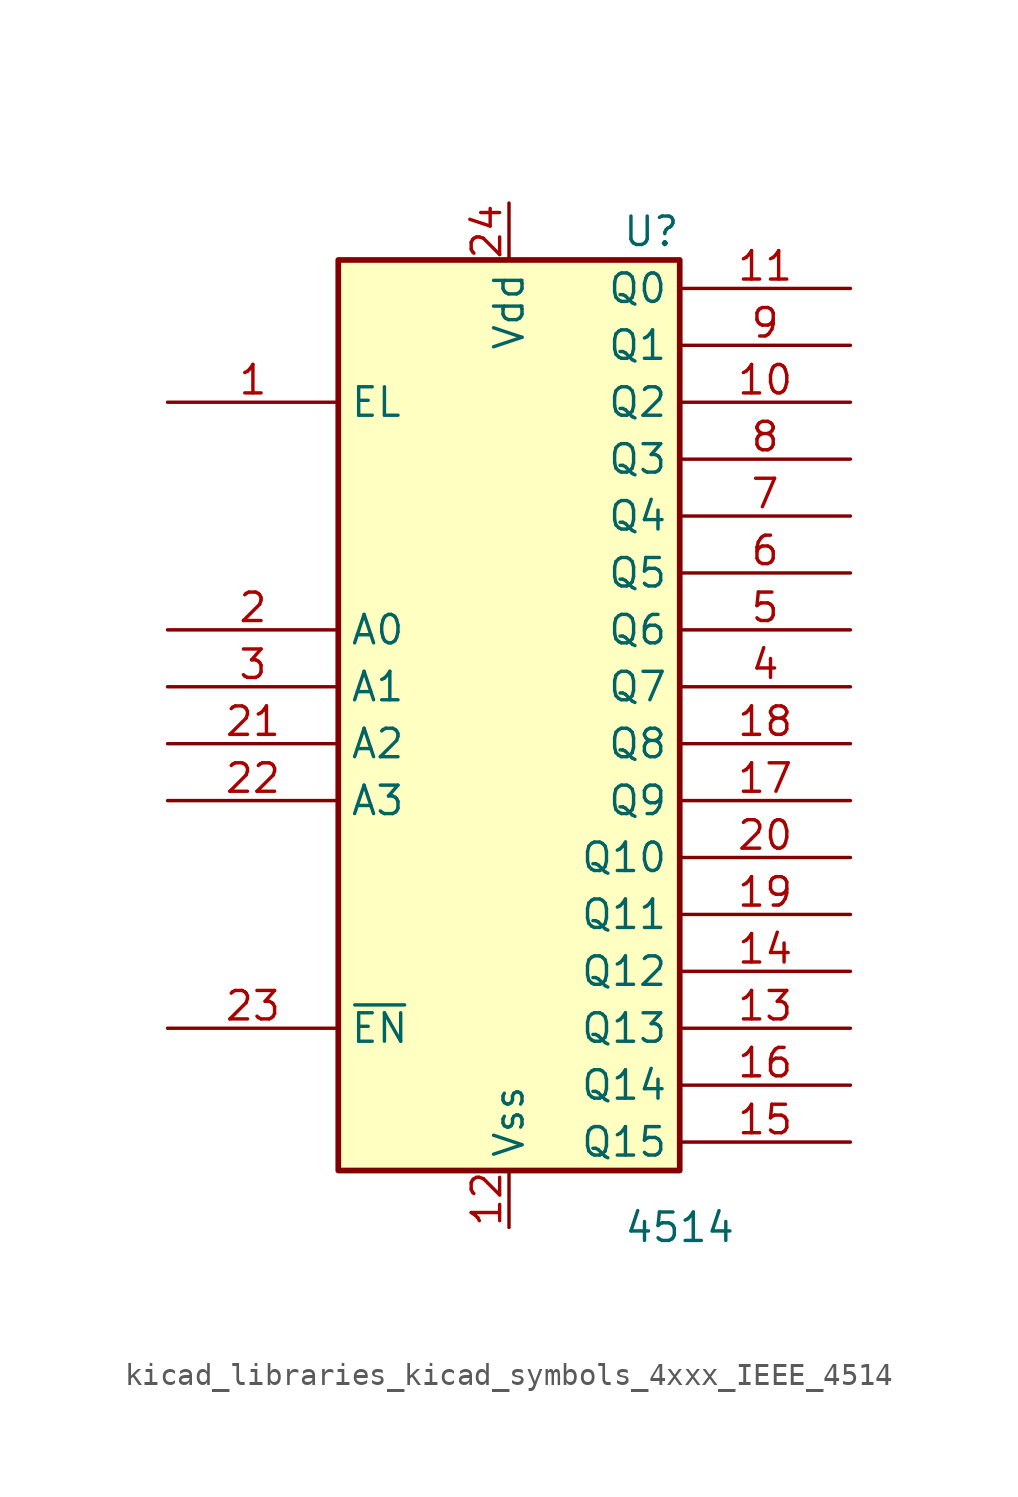
<source format=kicad_sym>
(kicad_symbol_lib
  (version 20220914)
  (generator kicad_symbol_editor)
  (symbol "kicad_libraries_kicad_symbols_4xxx_IEEE_4514"
    (property "Reference" "U"
      (at 6.35 21.59 0)
      (effects (font (size 1.27 1.27))))
    (property "Value" "4514"
      (at 7.62 -22.86 0)
      (effects (font (size 1.27 1.27))))
    (symbol "kicad_libraries_kicad_symbols_4xxx_IEEE_4514_0_1"
      (rectangle (start 7.62 20.32) (end -7.62 -20.32) (stroke (width 0.254) (type default)) (fill (type background))))
    (symbol "kicad_libraries_kicad_symbols_4xxx_IEEE_4514_1_1"
      (pin input line (at -15.24 13.97 0) (length 7.62) (name "EL" (effects (font (size 1.27 1.27)))) (number "1" (effects (font (size 1.27 1.27)))))
      (pin output line (at 15.24 13.97 180) (length 7.62) (name "Q2" (effects (font (size 1.27 1.27)))) (number "10" (effects (font (size 1.27 1.27)))))
      (pin output line (at 15.24 19.05 180) (length 7.62) (name "Q0" (effects (font (size 1.27 1.27)))) (number "11" (effects (font (size 1.27 1.27)))))
      (pin power_in line (at 0 -22.86 90) (length 2.54) (name "Vss" (effects (font (size 1.27 1.27)))) (number "12" (effects (font (size 1.27 1.27)))))
      (pin output line (at 15.24 -13.97 180) (length 7.62) (name "Q13" (effects (font (size 1.27 1.27)))) (number "13" (effects (font (size 1.27 1.27)))))
      (pin output line (at 15.24 -11.43 180) (length 7.62) (name "Q12" (effects (font (size 1.27 1.27)))) (number "14" (effects (font (size 1.27 1.27)))))
      (pin output line (at 15.24 -19.05 180) (length 7.62) (name "Q15" (effects (font (size 1.27 1.27)))) (number "15" (effects (font (size 1.27 1.27)))))
      (pin output line (at 15.24 -16.51 180) (length 7.62) (name "Q14" (effects (font (size 1.27 1.27)))) (number "16" (effects (font (size 1.27 1.27)))))
      (pin output line (at 15.24 -3.81 180) (length 7.62) (name "Q9" (effects (font (size 1.27 1.27)))) (number "17" (effects (font (size 1.27 1.27)))))
      (pin output line (at 15.24 -1.27 180) (length 7.62) (name "Q8" (effects (font (size 1.27 1.27)))) (number "18" (effects (font (size 1.27 1.27)))))
      (pin output line (at 15.24 -8.89 180) (length 7.62) (name "Q11" (effects (font (size 1.27 1.27)))) (number "19" (effects (font (size 1.27 1.27)))))
      (pin input line (at -15.24 3.81 0) (length 7.62) (name "A0" (effects (font (size 1.27 1.27)))) (number "2" (effects (font (size 1.27 1.27)))))
      (pin output line (at 15.24 -6.35 180) (length 7.62) (name "Q10" (effects (font (size 1.27 1.27)))) (number "20" (effects (font (size 1.27 1.27)))))
      (pin input line (at -15.24 -1.27 0) (length 7.62) (name "A2" (effects (font (size 1.27 1.27)))) (number "21" (effects (font (size 1.27 1.27)))))
      (pin input line (at -15.24 -3.81 0) (length 7.62) (name "A3" (effects (font (size 1.27 1.27)))) (number "22" (effects (font (size 1.27 1.27)))))
      (pin input line (at -15.24 -13.97 0) (length 7.62) (name "~{EN}" (effects (font (size 1.27 1.27)))) (number "23" (effects (font (size 1.27 1.27)))))
      (pin power_in line (at 0 22.86 270) (length 2.54) (name "Vdd" (effects (font (size 1.27 1.27)))) (number "24" (effects (font (size 1.27 1.27)))))
      (pin input line (at -15.24 1.27 0) (length 7.62) (name "A1" (effects (font (size 1.27 1.27)))) (number "3" (effects (font (size 1.27 1.27)))))
      (pin output line (at 15.24 1.27 180) (length 7.62) (name "Q7" (effects (font (size 1.27 1.27)))) (number "4" (effects (font (size 1.27 1.27)))))
      (pin output line (at 15.24 3.81 180) (length 7.62) (name "Q6" (effects (font (size 1.27 1.27)))) (number "5" (effects (font (size 1.27 1.27)))))
      (pin output line (at 15.24 6.35 180) (length 7.62) (name "Q5" (effects (font (size 1.27 1.27)))) (number "6" (effects (font (size 1.27 1.27)))))
      (pin output line (at 15.24 8.89 180) (length 7.62) (name "Q4" (effects (font (size 1.27 1.27)))) (number "7" (effects (font (size 1.27 1.27)))))
      (pin output line (at 15.24 11.43 180) (length 7.62) (name "Q3" (effects (font (size 1.27 1.27)))) (number "8" (effects (font (size 1.27 1.27)))))
      (pin output line (at 15.24 16.51 180) (length 7.62) (name "Q1" (effects (font (size 1.27 1.27)))) (number "9" (effects (font (size 1.27 1.27))))))))
</source>
